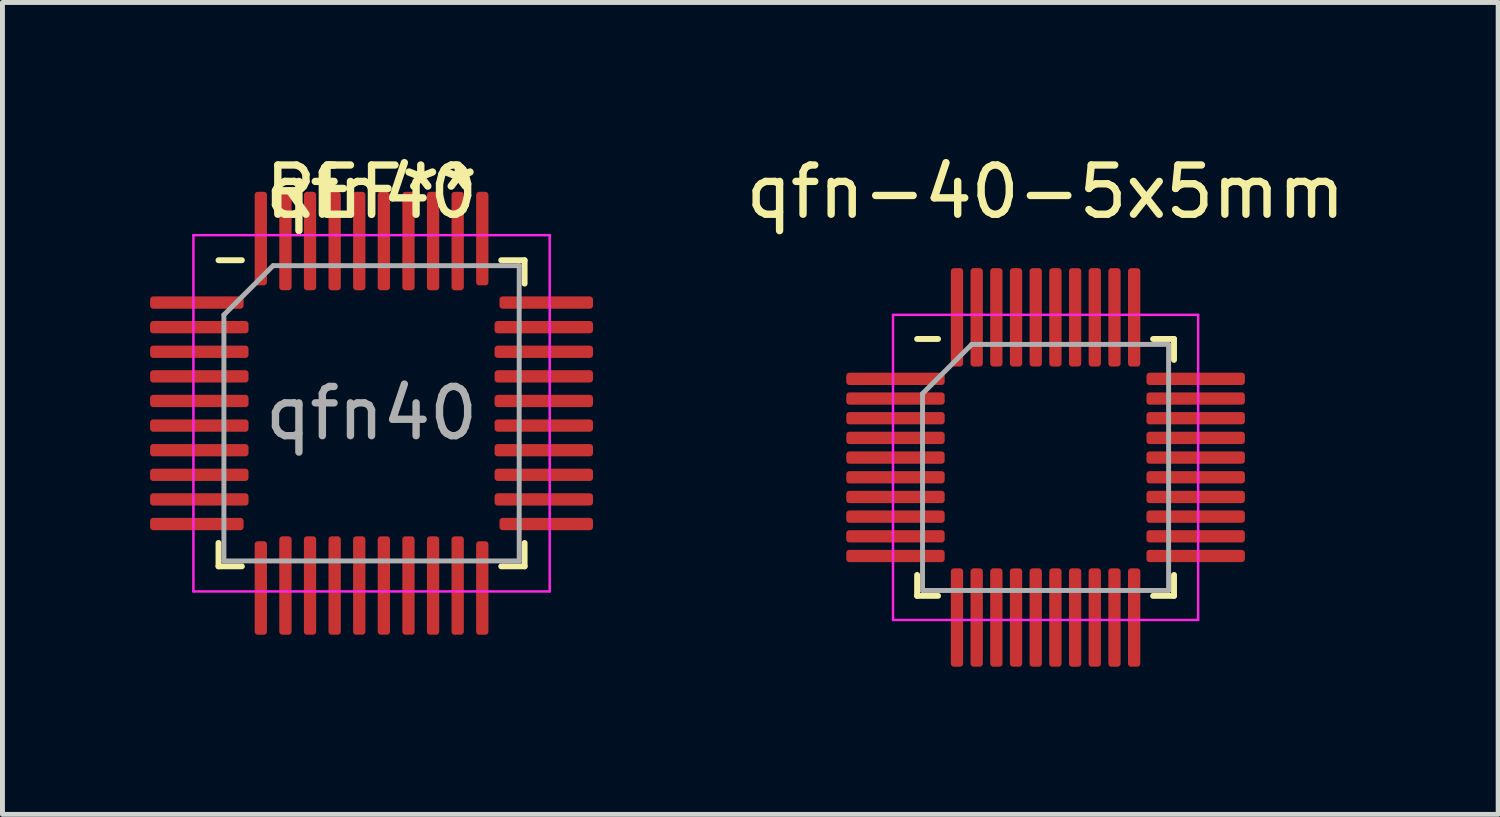
<source format=kicad_pcb>
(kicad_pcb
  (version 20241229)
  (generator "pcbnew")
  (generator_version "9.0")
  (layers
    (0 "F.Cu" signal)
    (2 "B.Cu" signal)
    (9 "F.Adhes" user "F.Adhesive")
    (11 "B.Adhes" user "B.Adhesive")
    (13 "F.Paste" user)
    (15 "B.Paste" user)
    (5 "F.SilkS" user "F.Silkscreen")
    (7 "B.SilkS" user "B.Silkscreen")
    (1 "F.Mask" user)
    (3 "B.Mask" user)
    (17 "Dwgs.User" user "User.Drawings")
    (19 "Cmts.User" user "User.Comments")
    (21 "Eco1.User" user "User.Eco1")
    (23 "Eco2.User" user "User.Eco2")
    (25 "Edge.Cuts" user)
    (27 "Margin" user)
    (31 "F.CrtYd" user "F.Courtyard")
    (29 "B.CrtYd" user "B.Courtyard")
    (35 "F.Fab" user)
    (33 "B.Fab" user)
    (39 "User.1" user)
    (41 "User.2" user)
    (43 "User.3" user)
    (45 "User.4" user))
  (footprint "qfn40"
    (layer "F.Cu")
    (at 4.5 5.348)
    (property "Reference" "qfn40" (at 0 -4.5 0) (layer "F.SilkS") (effects (font (size 1 1) (thickness 0.15))))
    (attr through_hole)
    (fp_line (start -3.11 3.11) (end -3.11 2.635) (stroke (width 0.12) (type solid)) (layer "F.SilkS"))
    (fp_line (start -2.635 -3.11) (end -3.11 -3.11) (stroke (width 0.12) (type solid)) (layer "F.SilkS"))
    (fp_line (start -2.635 3.11) (end -3.11 3.11) (stroke (width 0.12) (type solid)) (layer "F.SilkS"))
    (fp_line (start 2.635 -3.11) (end 3.11 -3.11) (stroke (width 0.12) (type solid)) (layer "F.SilkS"))
    (fp_line (start 2.635 3.11) (end 3.11 3.11) (stroke (width 0.12) (type solid)) (layer "F.SilkS"))
    (fp_line (start 3.11 -3.11) (end 3.11 -2.635) (stroke (width 0.12) (type solid)) (layer "F.SilkS"))
    (fp_line (start 3.11 3.11) (end 3.11 2.635) (stroke (width 0.12) (type solid)) (layer "F.SilkS"))
    (fp_line (start -3.62 -3.62) (end -3.62 3.62) (stroke (width 0.05) (type solid)) (layer "F.CrtYd"))
    (fp_line (start -3.62 3.62) (end 3.62 3.62) (stroke (width 0.05) (type solid)) (layer "F.CrtYd"))
    (fp_line (start 3.62 -3.62) (end -3.62 -3.62) (stroke (width 0.05) (type solid)) (layer "F.CrtYd"))
    (fp_line (start 3.62 3.62) (end 3.62 -3.62) (stroke (width 0.05) (type solid)) (layer "F.CrtYd"))
    (fp_line (start -3 -2) (end -2 -3) (stroke (width 0.1) (type solid)) (layer "F.Fab"))
    (fp_line (start -3 3) (end -3 -2) (stroke (width 0.1) (type solid)) (layer "F.Fab"))
    (fp_line (start -2 -3) (end 3 -3) (stroke (width 0.1) (type solid)) (layer "F.Fab"))
    (fp_line (start 3 -3) (end 3 3) (stroke (width 0.1) (type solid)) (layer "F.Fab"))
    (fp_line (start 3 3) (end -3 3) (stroke (width 0.1) (type solid)) (layer "F.Fab"))
    (fp_text user "REF**" (at 0 -4.5 0) (layer "F.SilkS") (effects (font (size 1 1) (thickness 0.15))))
    (fp_text user "${REFERENCE}" (at 0 0 0) (layer "F.Fab") (effects (font (size 1 1) (thickness 0.15))))
    (pad "1" smd roundrect (at -3.55 -2.25) (size 1.9 0.25) (layers "F.Cu" "F.Mask" "F.Paste") (roundrect_rratio 0.25))
    (pad "2" smd roundrect (at -3.5 -1.75) (size 2 0.25) (layers "F.Cu" "F.Mask" "F.Paste") (roundrect_rratio 0.25))
    (pad "3" smd roundrect (at -3.5 -1.25) (size 2 0.25) (layers "F.Cu" "F.Mask" "F.Paste") (roundrect_rratio 0.25))
    (pad "4" smd roundrect (at -3.5 -0.75) (size 2 0.25) (layers "F.Cu" "F.Mask" "F.Paste") (roundrect_rratio 0.25))
    (pad "5" smd roundrect (at -3.5 -0.25) (size 2 0.25) (layers "F.Cu" "F.Mask" "F.Paste") (roundrect_rratio 0.25))
    (pad "6" smd roundrect (at -3.5 0.25) (size 2 0.25) (layers "F.Cu" "F.Mask" "F.Paste") (roundrect_rratio 0.25))
    (pad "7" smd roundrect (at -3.5 0.75) (size 2 0.25) (layers "F.Cu" "F.Mask" "F.Paste") (roundrect_rratio 0.25))
    (pad "8" smd roundrect (at -3.5 1.25) (size 2 0.25) (layers "F.Cu" "F.Mask" "F.Paste") (roundrect_rratio 0.25))
    (pad "9" smd roundrect (at -3.5 1.75) (size 2 0.25) (layers "F.Cu" "F.Mask" "F.Paste") (roundrect_rratio 0.25))
    (pad "10" smd roundrect (at -3.55 2.25) (size 1.9 0.25) (layers "F.Cu" "F.Mask" "F.Paste") (roundrect_rratio 0.25))
    (pad "11" smd roundrect (at -2.25 3.55) (size 0.25 1.9) (layers "F.Cu" "F.Mask" "F.Paste") (roundrect_rratio 0.25))
    (pad "12" smd roundrect (at -1.75 3.5) (size 0.25 2) (layers "F.Cu" "F.Mask" "F.Paste") (roundrect_rratio 0.25))
    (pad "13" smd roundrect (at -1.25 3.5) (size 0.25 2) (layers "F.Cu" "F.Mask" "F.Paste") (roundrect_rratio 0.25))
    (pad "14" smd roundrect (at -0.75 3.5) (size 0.25 2) (layers "F.Cu" "F.Mask" "F.Paste") (roundrect_rratio 0.25))
    (pad "15" smd roundrect (at -0.25 3.5) (size 0.25 2) (layers "F.Cu" "F.Mask" "F.Paste") (roundrect_rratio 0.25))
    (pad "16" smd roundrect (at 0.25 3.5) (size 0.25 2) (layers "F.Cu" "F.Mask" "F.Paste") (roundrect_rratio 0.25))
    (pad "17" smd roundrect (at 0.75 3.5) (size 0.25 2) (layers "F.Cu" "F.Mask" "F.Paste") (roundrect_rratio 0.25))
    (pad "18" smd roundrect (at 1.25 3.5) (size 0.25 2) (layers "F.Cu" "F.Mask" "F.Paste") (roundrect_rratio 0.25))
    (pad "19" smd roundrect (at 1.75 3.5) (size 0.25 2) (layers "F.Cu" "F.Mask" "F.Paste") (roundrect_rratio 0.25))
    (pad "20" smd roundrect (at 2.25 3.55) (size 0.25 1.9) (layers "F.Cu" "F.Mask" "F.Paste") (roundrect_rratio 0.25))
    (pad "21" smd roundrect (at 3.55 2.25) (size 1.9 0.25) (layers "F.Cu" "F.Mask" "F.Paste") (roundrect_rratio 0.25))
    (pad "22" smd roundrect (at 3.5 1.75) (size 2 0.25) (layers "F.Cu" "F.Mask" "F.Paste") (roundrect_rratio 0.25))
    (pad "23" smd roundrect (at 3.5 1.25) (size 2 0.25) (layers "F.Cu" "F.Mask" "F.Paste") (roundrect_rratio 0.25))
    (pad "24" smd roundrect (at 3.5 0.75) (size 2 0.25) (layers "F.Cu" "F.Mask" "F.Paste") (roundrect_rratio 0.25))
    (pad "25" smd roundrect (at 3.5 0.25) (size 2 0.25) (layers "F.Cu" "F.Mask" "F.Paste") (roundrect_rratio 0.25))
    (pad "26" smd roundrect (at 3.5 -0.25) (size 2 0.25) (layers "F.Cu" "F.Mask" "F.Paste") (roundrect_rratio 0.25))
    (pad "27" smd roundrect (at 3.5 -0.75) (size 2 0.25) (layers "F.Cu" "F.Mask" "F.Paste") (roundrect_rratio 0.25))
    (pad "28" smd roundrect (at 3.5 -1.25) (size 2 0.25) (layers "F.Cu" "F.Mask" "F.Paste") (roundrect_rratio 0.25))
    (pad "29" smd roundrect (at 3.5 -1.75) (size 2 0.25) (layers "F.Cu" "F.Mask" "F.Paste") (roundrect_rratio 0.25))
    (pad "30" smd roundrect (at 3.55 -2.25) (size 1.9 0.25) (layers "F.Cu" "F.Mask" "F.Paste") (roundrect_rratio 0.25))
    (pad "31" smd roundrect (at 2.25 -3.55) (size 0.25 1.9) (layers "F.Cu" "F.Mask" "F.Paste") (roundrect_rratio 0.25))
    (pad "32" smd roundrect (at 1.75 -3.5) (size 0.25 2) (layers "F.Cu" "F.Mask" "F.Paste") (roundrect_rratio 0.25))
    (pad "33" smd roundrect (at 1.25 -3.5) (size 0.25 2) (layers "F.Cu" "F.Mask" "F.Paste") (roundrect_rratio 0.25))
    (pad "34" smd roundrect (at 0.75 -3.5) (size 0.25 2) (layers "F.Cu" "F.Mask" "F.Paste") (roundrect_rratio 0.25))
    (pad "35" smd roundrect (at 0.25 -3.5) (size 0.25 2) (layers "F.Cu" "F.Mask" "F.Paste") (roundrect_rratio 0.25))
    (pad "36" smd roundrect (at -0.25 -3.5) (size 0.25 2) (layers "F.Cu" "F.Mask" "F.Paste") (roundrect_rratio 0.25))
    (pad "37" smd roundrect (at -0.75 -3.5) (size 0.25 2) (layers "F.Cu" "F.Mask" "F.Paste") (roundrect_rratio 0.25))
    (pad "38" smd roundrect (at -1.25 -3.5) (size 0.25 2) (layers "F.Cu" "F.Mask" "F.Paste") (roundrect_rratio 0.25))
    (pad "39" smd roundrect (at -1.75 -3.5) (size 0.25 2) (layers "F.Cu" "F.Mask" "F.Paste") (roundrect_rratio 0.25))
    (pad "40" smd roundrect (at -2.25 -3.55) (size 0.25 1.9) (layers "F.Cu" "F.Mask" "F.Paste") (roundrect_rratio 0.25)))
  (footprint "qfn-40-5x5mm"
    (layer "F.Cu")
    (at 18.196 6.448)
    (property "Reference" "qfn-40-5x5mm" (at 0 -5.6 0) (layer "F.SilkS") (effects (font (size 1 1) (thickness 0.15))))
    (attr through_hole)
    (fp_line (start -2.61 2.61) (end -2.61 2.185) (stroke (width 0.12) (type solid)) (layer "F.SilkS"))
    (fp_line (start -2.185 -2.61) (end -2.61 -2.61) (stroke (width 0.12) (type solid)) (layer "F.SilkS"))
    (fp_line (start -2.185 2.61) (end -2.61 2.61) (stroke (width 0.12) (type solid)) (layer "F.SilkS"))
    (fp_line (start 2.185 -2.61) (end 2.61 -2.61) (stroke (width 0.12) (type solid)) (layer "F.SilkS"))
    (fp_line (start 2.185 2.61) (end 2.61 2.61) (stroke (width 0.12) (type solid)) (layer "F.SilkS"))
    (fp_line (start 2.61 -2.61) (end 2.61 -2.185) (stroke (width 0.12) (type solid)) (layer "F.SilkS"))
    (fp_line (start 2.61 2.61) (end 2.61 2.185) (stroke (width 0.12) (type solid)) (layer "F.SilkS"))
    (fp_line (start -3.1 -3.1) (end -3.1 3.1) (stroke (width 0.05) (type solid)) (layer "F.CrtYd"))
    (fp_line (start -3.1 3.1) (end 3.1 3.1) (stroke (width 0.05) (type solid)) (layer "F.CrtYd"))
    (fp_line (start 3.1 -3.1) (end -3.1 -3.1) (stroke (width 0.05) (type solid)) (layer "F.CrtYd"))
    (fp_line (start 3.1 3.1) (end 3.1 -3.1) (stroke (width 0.05) (type solid)) (layer "F.CrtYd"))
    (fp_line (start -2.5 -1.5) (end -1.5 -2.5) (stroke (width 0.1) (type solid)) (layer "F.Fab"))
    (fp_line (start -2.5 2.5) (end -2.5 -1.5) (stroke (width 0.1) (type solid)) (layer "F.Fab"))
    (fp_line (start -1.5 -2.5) (end 2.5 -2.5) (stroke (width 0.1) (type solid)) (layer "F.Fab"))
    (fp_line (start 2.5 -2.5) (end 2.5 2.5) (stroke (width 0.1) (type solid)) (layer "F.Fab"))
    (fp_line (start 2.5 2.5) (end -2.5 2.5) (stroke (width 0.1) (type solid)) (layer "F.Fab"))
    (pad "1" smd roundrect (at -3.05 -1.8) (size 2 0.25) (layers "F.Cu" "F.Mask" "F.Paste") (roundrect_rratio 0.25))
    (pad "2" smd roundrect (at -3.05 -1.4) (size 2 0.25) (layers "F.Cu" "F.Mask" "F.Paste") (roundrect_rratio 0.25))
    (pad "3" smd roundrect (at -3.05 -1) (size 2 0.25) (layers "F.Cu" "F.Mask" "F.Paste") (roundrect_rratio 0.25))
    (pad "4" smd roundrect (at -3.05 -0.6) (size 2 0.25) (layers "F.Cu" "F.Mask" "F.Paste") (roundrect_rratio 0.25))
    (pad "5" smd roundrect (at -3.05 -0.2) (size 2 0.25) (layers "F.Cu" "F.Mask" "F.Paste") (roundrect_rratio 0.25))
    (pad "6" smd roundrect (at -3.05 0.2) (size 2 0.25) (layers "F.Cu" "F.Mask" "F.Paste") (roundrect_rratio 0.25))
    (pad "7" smd roundrect (at -3.05 0.6) (size 2 0.25) (layers "F.Cu" "F.Mask" "F.Paste") (roundrect_rratio 0.25))
    (pad "8" smd roundrect (at -3.05 1) (size 2 0.25) (layers "F.Cu" "F.Mask" "F.Paste") (roundrect_rratio 0.25))
    (pad "9" smd roundrect (at -3.05 1.4) (size 2 0.25) (layers "F.Cu" "F.Mask" "F.Paste") (roundrect_rratio 0.25))
    (pad "10" smd roundrect (at -3.05 1.8) (size 2 0.25) (layers "F.Cu" "F.Mask" "F.Paste") (roundrect_rratio 0.25))
    (pad "11" smd roundrect (at -1.8 3.05) (size 0.25 2) (layers "F.Cu" "F.Mask" "F.Paste") (roundrect_rratio 0.25))
    (pad "12" smd roundrect (at -1.4 3.05) (size 0.25 2) (layers "F.Cu" "F.Mask" "F.Paste") (roundrect_rratio 0.25))
    (pad "13" smd roundrect (at -1 3.05) (size 0.25 2) (layers "F.Cu" "F.Mask" "F.Paste") (roundrect_rratio 0.25))
    (pad "14" smd roundrect (at -0.6 3.05) (size 0.25 2) (layers "F.Cu" "F.Mask" "F.Paste") (roundrect_rratio 0.25))
    (pad "15" smd roundrect (at -0.2 3.05) (size 0.25 2) (layers "F.Cu" "F.Mask" "F.Paste") (roundrect_rratio 0.25))
    (pad "16" smd roundrect (at 0.2 3.05) (size 0.25 2) (layers "F.Cu" "F.Mask" "F.Paste") (roundrect_rratio 0.25))
    (pad "17" smd roundrect (at 0.6 3.05) (size 0.25 2) (layers "F.Cu" "F.Mask" "F.Paste") (roundrect_rratio 0.25))
    (pad "18" smd roundrect (at 1 3.05) (size 0.25 2) (layers "F.Cu" "F.Mask" "F.Paste") (roundrect_rratio 0.25))
    (pad "19" smd roundrect (at 1.4 3.05) (size 0.25 2) (layers "F.Cu" "F.Mask" "F.Paste") (roundrect_rratio 0.25))
    (pad "20" smd roundrect (at 1.8 3.05) (size 0.25 2) (layers "F.Cu" "F.Mask" "F.Paste") (roundrect_rratio 0.25))
    (pad "21" smd roundrect (at 3.05 1.8) (size 2 0.25) (layers "F.Cu" "F.Mask" "F.Paste") (roundrect_rratio 0.25))
    (pad "22" smd roundrect (at 3.05 1.4) (size 2 0.25) (layers "F.Cu" "F.Mask" "F.Paste") (roundrect_rratio 0.25))
    (pad "23" smd roundrect (at 3.05 1) (size 2 0.25) (layers "F.Cu" "F.Mask" "F.Paste") (roundrect_rratio 0.25))
    (pad "24" smd roundrect (at 3.05 0.6) (size 2 0.25) (layers "F.Cu" "F.Mask" "F.Paste") (roundrect_rratio 0.25))
    (pad "25" smd roundrect (at 3.05 0.2) (size 2 0.25) (layers "F.Cu" "F.Mask" "F.Paste") (roundrect_rratio 0.25))
    (pad "26" smd roundrect (at 3.05 -0.2) (size 2 0.25) (layers "F.Cu" "F.Mask" "F.Paste") (roundrect_rratio 0.25))
    (pad "27" smd roundrect (at 3.05 -0.6) (size 2 0.25) (layers "F.Cu" "F.Mask" "F.Paste") (roundrect_rratio 0.25))
    (pad "28" smd roundrect (at 3.05 -1) (size 2 0.25) (layers "F.Cu" "F.Mask" "F.Paste") (roundrect_rratio 0.25))
    (pad "29" smd roundrect (at 3.05 -1.4) (size 2 0.25) (layers "F.Cu" "F.Mask" "F.Paste") (roundrect_rratio 0.25))
    (pad "30" smd roundrect (at 3.05 -1.8) (size 2 0.25) (layers "F.Cu" "F.Mask" "F.Paste") (roundrect_rratio 0.25))
    (pad "31" smd roundrect (at 1.8 -3.05) (size 0.25 2) (layers "F.Cu" "F.Mask" "F.Paste") (roundrect_rratio 0.25))
    (pad "32" smd roundrect (at 1.4 -3.05) (size 0.25 2) (layers "F.Cu" "F.Mask" "F.Paste") (roundrect_rratio 0.25))
    (pad "33" smd roundrect (at 1 -3.05) (size 0.25 2) (layers "F.Cu" "F.Mask" "F.Paste") (roundrect_rratio 0.25))
    (pad "34" smd roundrect (at 0.6 -3.05) (size 0.25 2) (layers "F.Cu" "F.Mask" "F.Paste") (roundrect_rratio 0.25))
    (pad "35" smd roundrect (at 0.2 -3.05) (size 0.25 2) (layers "F.Cu" "F.Mask" "F.Paste") (roundrect_rratio 0.25))
    (pad "36" smd roundrect (at -0.2 -3.05) (size 0.25 2) (layers "F.Cu" "F.Mask" "F.Paste") (roundrect_rratio 0.25))
    (pad "37" smd roundrect (at -0.6 -3.05) (size 0.25 2) (layers "F.Cu" "F.Mask" "F.Paste") (roundrect_rratio 0.25))
    (pad "38" smd roundrect (at -1 -3.05) (size 0.25 2) (layers "F.Cu" "F.Mask" "F.Paste") (roundrect_rratio 0.25))
    (pad "39" smd roundrect (at -1.4 -3.05) (size 0.25 2) (layers "F.Cu" "F.Mask" "F.Paste") (roundrect_rratio 0.25))
    (pad "40" smd roundrect (at -1.8 -3.05) (size 0.25 2) (layers "F.Cu" "F.Mask" "F.Paste") (roundrect_rratio 0.25)))
  (gr_rect
    (start -3 -3)
    (end 27.393 13.498)
    (stroke (width 0.1) (type default))
    (fill no)
    (layer "Edge.Cuts")))
</source>
